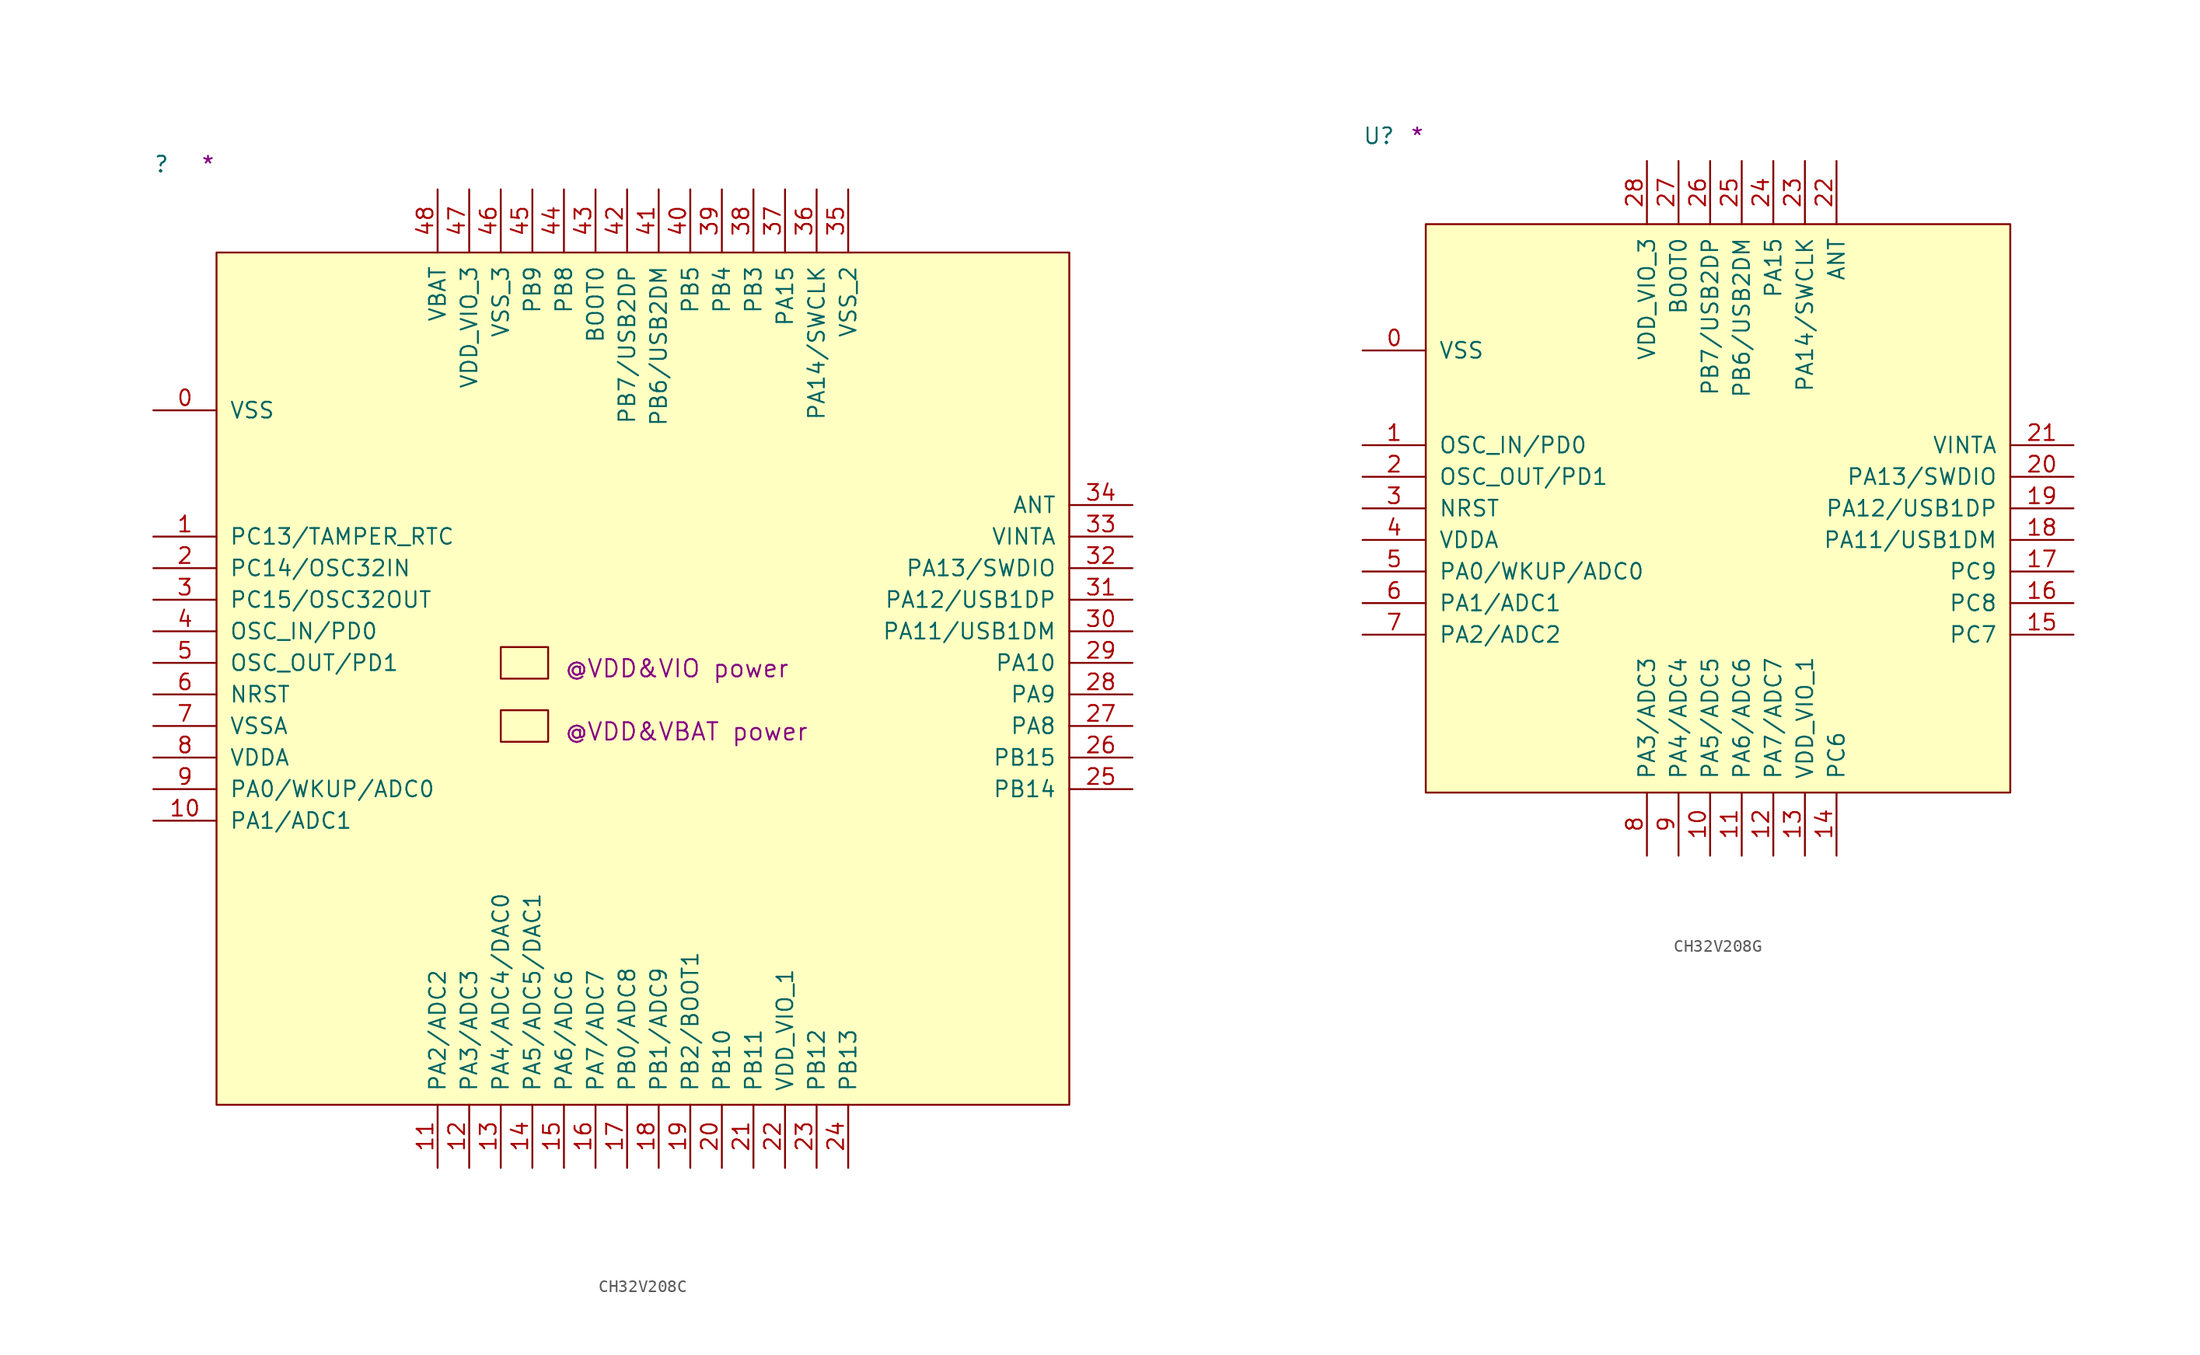
<source format=kicad_sym>
(kicad_symbol_lib
  (version 20211014)
  (generator kicad_symbol_editor)
  (symbol "CH32V208C"
    (pin_names
      (offset 1.016))
    (property "Reference" ""
      (at -5.08 6.35 0)
      (effects (font (size 1.27 1.27)) (justify left bottom)))
    (property "user" "@VDD&VIO power"
      (at 27.94 -34.29 0)
      (effects (font (size 1.397 1.397)) (justify left bottom)))
    (property "user_1" "@VDD&VBAT power"
      (at 27.94 -39.37 0)
      (effects (font (size 1.397 1.397)) (justify left bottom)))
    (property "Comment" "*"
      (at -1.27 6.35 0)
      (effects (font (size 1.27 1.27)) (justify left bottom)))
    (symbol "CH32V208C_1_1"
      (rectangle (start 0 -68.58) (end 68.58 0) (stroke (width 0) (type default) (color 0 0 0 0)) (fill (type background)))
      (rectangle (start 22.86 -39.37) (end 26.67 -36.83) (stroke (width 0) (type default) (color 0 0 0 0)) (fill (type background)))
      (rectangle (start 22.86 -34.29) (end 26.67 -31.75) (stroke (width 0) (type default) (color 0 0 0 0)) (fill (type background)))
      (pin power_in line (at -5.08 -12.7 0) (length 5.08) (name "VSS" (effects (font (size 1.27 1.27)))) (number "0" (effects (font (size 1.27 1.27)))))
      (pin bidirectional line (at -5.08 -22.86 0) (length 5.08) (name "PC13/TAMPER_RTC" (effects (font (size 1.27 1.27)))) (number "1" (effects (font (size 1.27 1.27)))))
      (pin bidirectional line (at -5.08 -45.72 0) (length 5.08) (name "PA1/ADC1" (effects (font (size 1.27 1.27)))) (number "10" (effects (font (size 1.27 1.27)))))
      (pin bidirectional line (at 17.78 -73.66 90) (length 5.08) (name "PA2/ADC2" (effects (font (size 1.27 1.27)))) (number "11" (effects (font (size 1.27 1.27)))))
      (pin bidirectional line (at 20.32 -73.66 90) (length 5.08) (name "PA3/ADC3" (effects (font (size 1.27 1.27)))) (number "12" (effects (font (size 1.27 1.27)))))
      (pin bidirectional line (at 22.86 -73.66 90) (length 5.08) (name "PA4/ADC4/DAC0" (effects (font (size 1.27 1.27)))) (number "13" (effects (font (size 1.27 1.27)))))
      (pin bidirectional line (at 25.4 -73.66 90) (length 5.08) (name "PA5/ADC5/DAC1" (effects (font (size 1.27 1.27)))) (number "14" (effects (font (size 1.27 1.27)))))
      (pin bidirectional line (at 27.94 -73.66 90) (length 5.08) (name "PA6/ADC6" (effects (font (size 1.27 1.27)))) (number "15" (effects (font (size 1.27 1.27)))))
      (pin bidirectional line (at 30.48 -73.66 90) (length 5.08) (name "PA7/ADC7" (effects (font (size 1.27 1.27)))) (number "16" (effects (font (size 1.27 1.27)))))
      (pin bidirectional line (at 33.02 -73.66 90) (length 5.08) (name "PB0/ADC8" (effects (font (size 1.27 1.27)))) (number "17" (effects (font (size 1.27 1.27)))))
      (pin bidirectional line (at 35.56 -73.66 90) (length 5.08) (name "PB1/ADC9" (effects (font (size 1.27 1.27)))) (number "18" (effects (font (size 1.27 1.27)))))
      (pin bidirectional line (at 38.1 -73.66 90) (length 5.08) (name "PB2/BOOT1" (effects (font (size 1.27 1.27)))) (number "19" (effects (font (size 1.27 1.27)))))
      (pin bidirectional line (at -5.08 -25.4 0) (length 5.08) (name "PC14/OSC32IN" (effects (font (size 1.27 1.27)))) (number "2" (effects (font (size 1.27 1.27)))))
      (pin bidirectional line (at 40.64 -73.66 90) (length 5.08) (name "PB10" (effects (font (size 1.27 1.27)))) (number "20" (effects (font (size 1.27 1.27)))))
      (pin bidirectional line (at 43.18 -73.66 90) (length 5.08) (name "PB11" (effects (font (size 1.27 1.27)))) (number "21" (effects (font (size 1.27 1.27)))))
      (pin power_in line (at 45.72 -73.66 90) (length 5.08) (name "VDD_VIO_1" (effects (font (size 1.27 1.27)))) (number "22" (effects (font (size 1.27 1.27)))))
      (pin bidirectional line (at 48.26 -73.66 90) (length 5.08) (name "PB12" (effects (font (size 1.27 1.27)))) (number "23" (effects (font (size 1.27 1.27)))))
      (pin bidirectional line (at 50.8 -73.66 90) (length 5.08) (name "PB13" (effects (font (size 1.27 1.27)))) (number "24" (effects (font (size 1.27 1.27)))))
      (pin bidirectional line (at 73.66 -43.18 180) (length 5.08) (name "PB14" (effects (font (size 1.27 1.27)))) (number "25" (effects (font (size 1.27 1.27)))))
      (pin bidirectional line (at 73.66 -40.64 180) (length 5.08) (name "PB15" (effects (font (size 1.27 1.27)))) (number "26" (effects (font (size 1.27 1.27)))))
      (pin bidirectional line (at 73.66 -38.1 180) (length 5.08) (name "PA8" (effects (font (size 1.27 1.27)))) (number "27" (effects (font (size 1.27 1.27)))))
      (pin bidirectional line (at 73.66 -35.56 180) (length 5.08) (name "PA9" (effects (font (size 1.27 1.27)))) (number "28" (effects (font (size 1.27 1.27)))))
      (pin bidirectional line (at 73.66 -33.02 180) (length 5.08) (name "PA10" (effects (font (size 1.27 1.27)))) (number "29" (effects (font (size 1.27 1.27)))))
      (pin bidirectional line (at -5.08 -27.94 0) (length 5.08) (name "PC15/OSC32OUT" (effects (font (size 1.27 1.27)))) (number "3" (effects (font (size 1.27 1.27)))))
      (pin bidirectional line (at 73.66 -30.48 180) (length 5.08) (name "PA11/USB1DM" (effects (font (size 1.27 1.27)))) (number "30" (effects (font (size 1.27 1.27)))))
      (pin bidirectional line (at 73.66 -27.94 180) (length 5.08) (name "PA12/USB1DP" (effects (font (size 1.27 1.27)))) (number "31" (effects (font (size 1.27 1.27)))))
      (pin bidirectional line (at 73.66 -25.4 180) (length 5.08) (name "PA13/SWDIO" (effects (font (size 1.27 1.27)))) (number "32" (effects (font (size 1.27 1.27)))))
      (pin power_in line (at 73.66 -22.86 180) (length 5.08) (name "VINTA" (effects (font (size 1.27 1.27)))) (number "33" (effects (font (size 1.27 1.27)))))
      (pin power_in line (at 73.66 -20.32 180) (length 5.08) (name "ANT" (effects (font (size 1.27 1.27)))) (number "34" (effects (font (size 1.27 1.27)))))
      (pin power_in line (at 50.8 5.08 270) (length 5.08) (name "VSS_2" (effects (font (size 1.27 1.27)))) (number "35" (effects (font (size 1.27 1.27)))))
      (pin bidirectional line (at 48.26 5.08 270) (length 5.08) (name "PA14/SWCLK" (effects (font (size 1.27 1.27)))) (number "36" (effects (font (size 1.27 1.27)))))
      (pin bidirectional line (at 45.72 5.08 270) (length 5.08) (name "PA15" (effects (font (size 1.27 1.27)))) (number "37" (effects (font (size 1.27 1.27)))))
      (pin bidirectional line (at 43.18 5.08 270) (length 5.08) (name "PB3" (effects (font (size 1.27 1.27)))) (number "38" (effects (font (size 1.27 1.27)))))
      (pin bidirectional line (at 40.64 5.08 270) (length 5.08) (name "PB4" (effects (font (size 1.27 1.27)))) (number "39" (effects (font (size 1.27 1.27)))))
      (pin input line (at -5.08 -30.48 0) (length 5.08) (name "OSC_IN/PD0" (effects (font (size 1.27 1.27)))) (number "4" (effects (font (size 1.27 1.27)))))
      (pin bidirectional line (at 38.1 5.08 270) (length 5.08) (name "PB5" (effects (font (size 1.27 1.27)))) (number "40" (effects (font (size 1.27 1.27)))))
      (pin bidirectional line (at 35.56 5.08 270) (length 5.08) (name "PB6/USB2DM" (effects (font (size 1.27 1.27)))) (number "41" (effects (font (size 1.27 1.27)))))
      (pin bidirectional line (at 33.02 5.08 270) (length 5.08) (name "PB7/USB2DP" (effects (font (size 1.27 1.27)))) (number "42" (effects (font (size 1.27 1.27)))))
      (pin input line (at 30.48 5.08 270) (length 5.08) (name "BOOT0" (effects (font (size 1.27 1.27)))) (number "43" (effects (font (size 1.27 1.27)))))
      (pin bidirectional line (at 27.94 5.08 270) (length 5.08) (name "PB8" (effects (font (size 1.27 1.27)))) (number "44" (effects (font (size 1.27 1.27)))))
      (pin bidirectional line (at 25.4 5.08 270) (length 5.08) (name "PB9" (effects (font (size 1.27 1.27)))) (number "45" (effects (font (size 1.27 1.27)))))
      (pin power_in line (at 22.86 5.08 270) (length 5.08) (name "VSS_3" (effects (font (size 1.27 1.27)))) (number "46" (effects (font (size 1.27 1.27)))))
      (pin power_in line (at 20.32 5.08 270) (length 5.08) (name "VDD_VIO_3" (effects (font (size 1.27 1.27)))) (number "47" (effects (font (size 1.27 1.27)))))
      (pin power_in line (at 17.78 5.08 270) (length 5.08) (name "VBAT" (effects (font (size 1.27 1.27)))) (number "48" (effects (font (size 1.27 1.27)))))
      (pin output line (at -5.08 -33.02 0) (length 5.08) (name "OSC_OUT/PD1" (effects (font (size 1.27 1.27)))) (number "5" (effects (font (size 1.27 1.27)))))
      (pin input line (at -5.08 -35.56 0) (length 5.08) (name "NRST" (effects (font (size 1.27 1.27)))) (number "6" (effects (font (size 1.27 1.27)))))
      (pin power_in line (at -5.08 -38.1 0) (length 5.08) (name "VSSA" (effects (font (size 1.27 1.27)))) (number "7" (effects (font (size 1.27 1.27)))))
      (pin power_in line (at -5.08 -40.64 0) (length 5.08) (name "VDDA" (effects (font (size 1.27 1.27)))) (number "8" (effects (font (size 1.27 1.27)))))
      (pin bidirectional line (at -5.08 -43.18 0) (length 5.08) (name "PA0/WKUP/ADC0" (effects (font (size 1.27 1.27)))) (number "9" (effects (font (size 1.27 1.27)))))))
  (symbol "CH32V208G"
    (pin_names
      (offset 1.016))
    (property "Reference" "U"
      (at -5.08 6.35 0)
      (effects (font (size 1.27 1.27)) (justify left bottom)))
    (property "Comment" "*"
      (at -1.27 6.35 0)
      (effects (font (size 1.27 1.27)) (justify left bottom)))
    (symbol "CH32V208G_1_1"
      (rectangle (start 0 -45.72) (end 46.99 0) (stroke (width 0) (type default) (color 0 0 0 0)) (fill (type background)))
      (pin power_in line (at -5.08 -10.16 0) (length 5.08) (name "VSS" (effects (font (size 1.27 1.27)))) (number "0" (effects (font (size 1.27 1.27)))))
      (pin input line (at -5.08 -17.78 0) (length 5.08) (name "OSC_IN/PD0" (effects (font (size 1.27 1.27)))) (number "1" (effects (font (size 1.27 1.27)))))
      (pin bidirectional line (at 22.86 -50.8 90) (length 5.08) (name "PA5/ADC5" (effects (font (size 1.27 1.27)))) (number "10" (effects (font (size 1.27 1.27)))))
      (pin bidirectional line (at 25.4 -50.8 90) (length 5.08) (name "PA6/ADC6" (effects (font (size 1.27 1.27)))) (number "11" (effects (font (size 1.27 1.27)))))
      (pin bidirectional line (at 27.94 -50.8 90) (length 5.08) (name "PA7/ADC7" (effects (font (size 1.27 1.27)))) (number "12" (effects (font (size 1.27 1.27)))))
      (pin power_in line (at 30.48 -50.8 90) (length 5.08) (name "VDD_VIO_1" (effects (font (size 1.27 1.27)))) (number "13" (effects (font (size 1.27 1.27)))))
      (pin bidirectional line (at 33.02 -50.8 90) (length 5.08) (name "PC6" (effects (font (size 1.27 1.27)))) (number "14" (effects (font (size 1.27 1.27)))))
      (pin bidirectional line (at 52.07 -33.02 180) (length 5.08) (name "PC7" (effects (font (size 1.27 1.27)))) (number "15" (effects (font (size 1.27 1.27)))))
      (pin bidirectional line (at 52.07 -30.48 180) (length 5.08) (name "PC8" (effects (font (size 1.27 1.27)))) (number "16" (effects (font (size 1.27 1.27)))))
      (pin bidirectional line (at 52.07 -27.94 180) (length 5.08) (name "PC9" (effects (font (size 1.27 1.27)))) (number "17" (effects (font (size 1.27 1.27)))))
      (pin bidirectional line (at 52.07 -25.4 180) (length 5.08) (name "PA11/USB1DM" (effects (font (size 1.27 1.27)))) (number "18" (effects (font (size 1.27 1.27)))))
      (pin bidirectional line (at 52.07 -22.86 180) (length 5.08) (name "PA12/USB1DP" (effects (font (size 1.27 1.27)))) (number "19" (effects (font (size 1.27 1.27)))))
      (pin output line (at -5.08 -20.32 0) (length 5.08) (name "OSC_OUT/PD1" (effects (font (size 1.27 1.27)))) (number "2" (effects (font (size 1.27 1.27)))))
      (pin bidirectional line (at 52.07 -20.32 180) (length 5.08) (name "PA13/SWDIO" (effects (font (size 1.27 1.27)))) (number "20" (effects (font (size 1.27 1.27)))))
      (pin power_in line (at 52.07 -17.78 180) (length 5.08) (name "VINTA" (effects (font (size 1.27 1.27)))) (number "21" (effects (font (size 1.27 1.27)))))
      (pin power_in line (at 33.02 5.08 270) (length 5.08) (name "ANT" (effects (font (size 1.27 1.27)))) (number "22" (effects (font (size 1.27 1.27)))))
      (pin bidirectional line (at 30.48 5.08 270) (length 5.08) (name "PA14/SWCLK" (effects (font (size 1.27 1.27)))) (number "23" (effects (font (size 1.27 1.27)))))
      (pin bidirectional line (at 27.94 5.08 270) (length 5.08) (name "PA15" (effects (font (size 1.27 1.27)))) (number "24" (effects (font (size 1.27 1.27)))))
      (pin bidirectional line (at 25.4 5.08 270) (length 5.08) (name "PB6/USB2DM" (effects (font (size 1.27 1.27)))) (number "25" (effects (font (size 1.27 1.27)))))
      (pin bidirectional line (at 22.86 5.08 270) (length 5.08) (name "PB7/USB2DP" (effects (font (size 1.27 1.27)))) (number "26" (effects (font (size 1.27 1.27)))))
      (pin input line (at 20.32 5.08 270) (length 5.08) (name "BOOT0" (effects (font (size 1.27 1.27)))) (number "27" (effects (font (size 1.27 1.27)))))
      (pin power_in line (at 17.78 5.08 270) (length 5.08) (name "VDD_VIO_3" (effects (font (size 1.27 1.27)))) (number "28" (effects (font (size 1.27 1.27)))))
      (pin input line (at -5.08 -22.86 0) (length 5.08) (name "NRST" (effects (font (size 1.27 1.27)))) (number "3" (effects (font (size 1.27 1.27)))))
      (pin power_in line (at -5.08 -25.4 0) (length 5.08) (name "VDDA" (effects (font (size 1.27 1.27)))) (number "4" (effects (font (size 1.27 1.27)))))
      (pin bidirectional line (at -5.08 -27.94 0) (length 5.08) (name "PA0/WKUP/ADC0" (effects (font (size 1.27 1.27)))) (number "5" (effects (font (size 1.27 1.27)))))
      (pin bidirectional line (at -5.08 -30.48 0) (length 5.08) (name "PA1/ADC1" (effects (font (size 1.27 1.27)))) (number "6" (effects (font (size 1.27 1.27)))))
      (pin bidirectional line (at -5.08 -33.02 0) (length 5.08) (name "PA2/ADC2" (effects (font (size 1.27 1.27)))) (number "7" (effects (font (size 1.27 1.27)))))
      (pin bidirectional line (at 17.78 -50.8 90) (length 5.08) (name "PA3/ADC3" (effects (font (size 1.27 1.27)))) (number "8" (effects (font (size 1.27 1.27)))))
      (pin bidirectional line (at 20.32 -50.8 90) (length 5.08) (name "PA4/ADC4" (effects (font (size 1.27 1.27)))) (number "9" (effects (font (size 1.27 1.27))))))))
</source>
